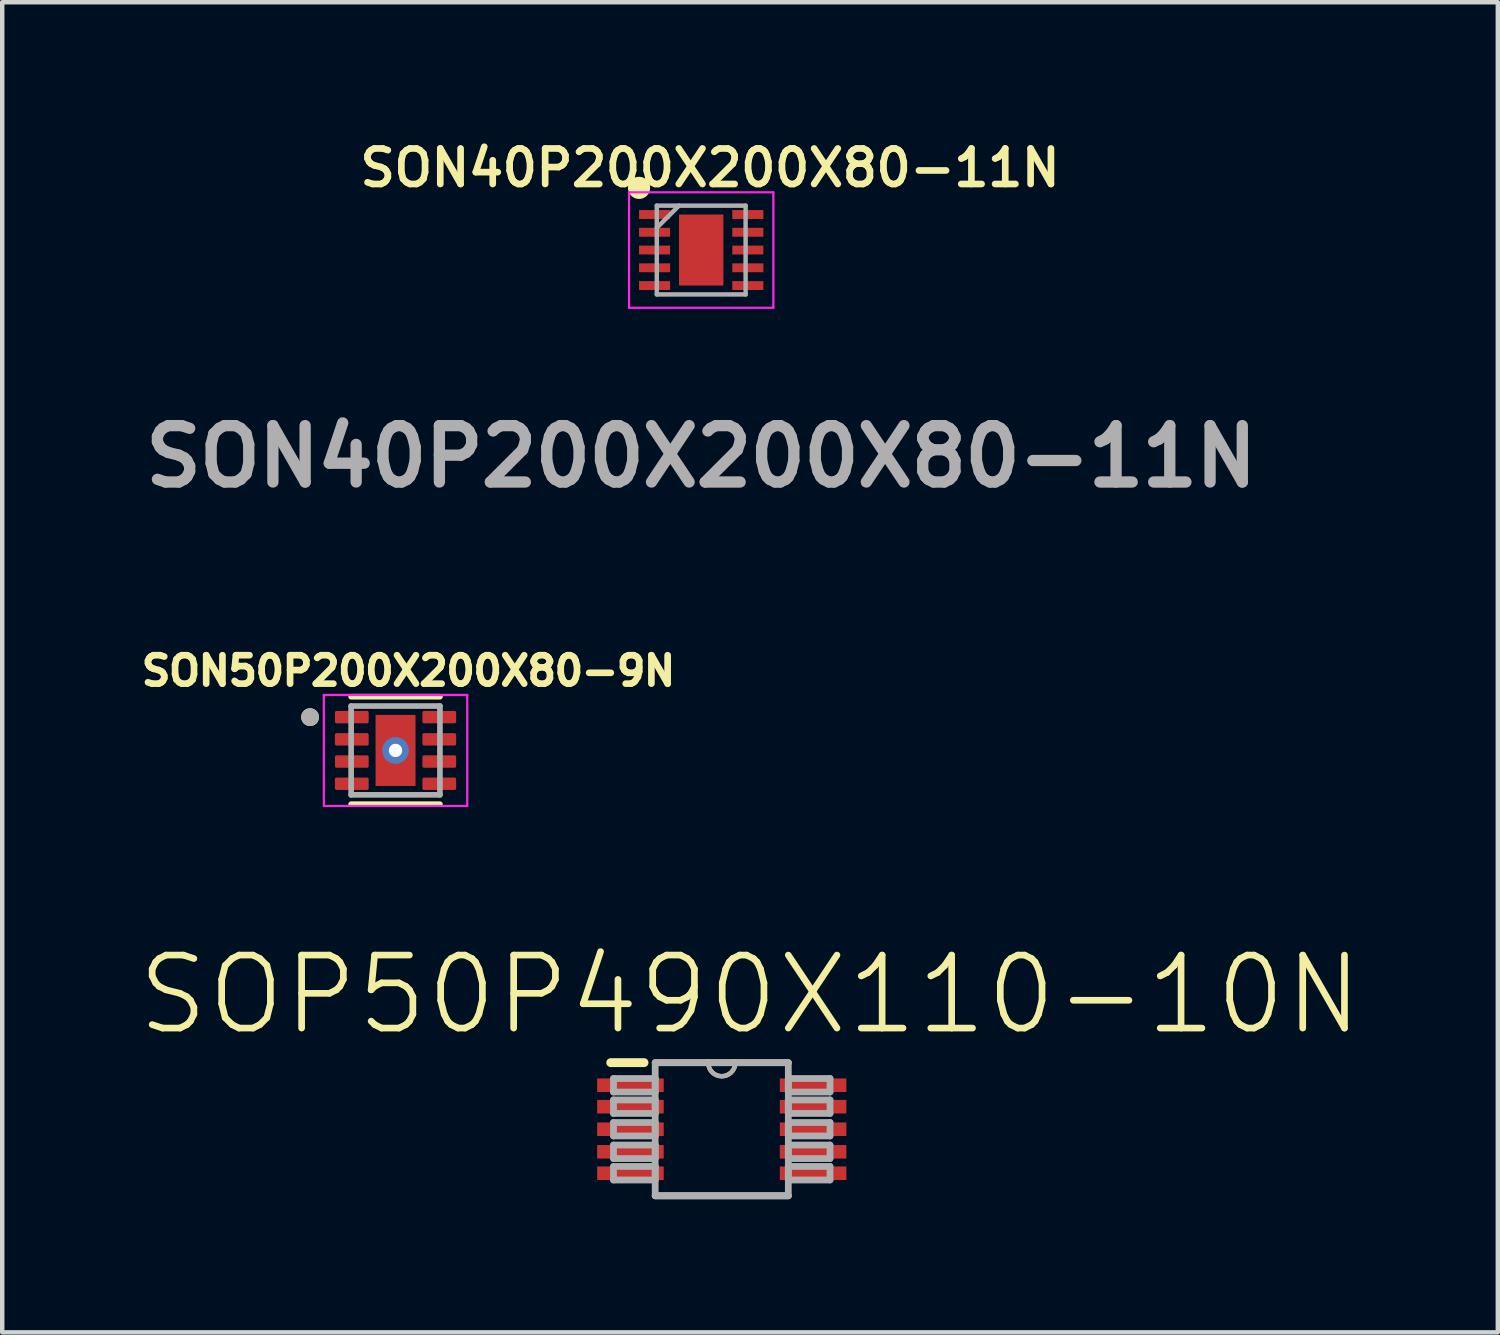
<source format=kicad_pcb>
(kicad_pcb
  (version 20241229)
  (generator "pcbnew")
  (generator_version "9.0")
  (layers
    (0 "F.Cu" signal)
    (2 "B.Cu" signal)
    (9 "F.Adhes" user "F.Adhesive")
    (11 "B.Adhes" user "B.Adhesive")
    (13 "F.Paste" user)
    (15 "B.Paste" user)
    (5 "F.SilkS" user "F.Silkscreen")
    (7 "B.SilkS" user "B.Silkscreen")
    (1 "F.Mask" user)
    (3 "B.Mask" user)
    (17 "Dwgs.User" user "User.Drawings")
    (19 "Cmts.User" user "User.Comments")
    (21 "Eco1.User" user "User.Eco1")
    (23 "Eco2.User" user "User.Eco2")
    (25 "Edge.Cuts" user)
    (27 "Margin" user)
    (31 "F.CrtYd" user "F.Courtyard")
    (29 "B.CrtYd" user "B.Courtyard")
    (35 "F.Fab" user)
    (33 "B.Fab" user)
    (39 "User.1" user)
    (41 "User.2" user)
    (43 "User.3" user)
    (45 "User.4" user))
  (footprint "SON50P200X200X80-9N"
    (layer "F.Cu")
    (at 5.858 13.851)
    (property "Reference" "SON50P200X200X80-9N" (at 0.292 -1.793 0) (layer "F.SilkS") (effects (font (size 0.64 0.64) (thickness 0.15))))
    (attr smd allow_soldermask_bridges)
    (fp_line (start -1 -1.21) (end 1 -1.21) (stroke (width 0.127) (type solid)) (layer "F.SilkS"))
    (fp_line (start -1 1.21) (end 1 1.21) (stroke (width 0.127) (type solid)) (layer "F.SilkS"))
    (fp_circle (center -1.925 -0.75) (end -1.825 -0.75) (stroke (width 0.2) (type solid)) (fill no) (layer "F.SilkS"))
    (fp_poly (pts (xy -0.284 -0.506) (xy 0.284 -0.506) (xy 0.284 0.506) (xy -0.284 0.506)) (stroke (width 0.01) (type solid)) (fill yes) (layer "F.Paste"))
    (fp_line (start -1.615 -1.25) (end -1.615 1.25) (stroke (width 0.05) (type solid)) (layer "F.CrtYd"))
    (fp_line (start -1.615 -1.25) (end 1.615 -1.25) (stroke (width 0.05) (type solid)) (layer "F.CrtYd"))
    (fp_line (start -1.615 1.25) (end 1.615 1.25) (stroke (width 0.05) (type solid)) (layer "F.CrtYd"))
    (fp_line (start 1.615 -1.25) (end 1.615 1.25) (stroke (width 0.05) (type solid)) (layer "F.CrtYd"))
    (fp_line (start -1 -1) (end -1 1) (stroke (width 0.127) (type solid)) (layer "F.Fab"))
    (fp_line (start -1 -1) (end 1 -1) (stroke (width 0.127) (type solid)) (layer "F.Fab"))
    (fp_line (start -1 1) (end 1 1) (stroke (width 0.127) (type solid)) (layer "F.Fab"))
    (fp_line (start 1 -1) (end 1 1) (stroke (width 0.127) (type solid)) (layer "F.Fab"))
    (fp_circle (center -1.925 -0.75) (end -1.825 -0.75) (stroke (width 0.2) (type solid)) (fill no) (layer "F.Fab"))
    (pad "1" smd roundrect (at -0.985 -0.75) (size 0.76 0.28) (layers "F.Cu" "F.Mask" "F.Paste") (roundrect_rratio 0.125))
    (pad "2" smd roundrect (at -0.985 -0.25) (size 0.76 0.28) (layers "F.Cu" "F.Mask" "F.Paste") (roundrect_rratio 0.125))
    (pad "3" smd roundrect (at -0.985 0.25) (size 0.76 0.28) (layers "F.Cu" "F.Mask" "F.Paste") (roundrect_rratio 0.125))
    (pad "4" smd roundrect (at -0.985 0.75) (size 0.76 0.28) (layers "F.Cu" "F.Mask" "F.Paste") (roundrect_rratio 0.125))
    (pad "5" smd roundrect (at 0.985 0.75) (size 0.76 0.28) (layers "F.Cu" "F.Mask" "F.Paste") (roundrect_rratio 0.125))
    (pad "6" smd roundrect (at 0.985 0.25) (size 0.76 0.28) (layers "F.Cu" "F.Mask" "F.Paste") (roundrect_rratio 0.125))
    (pad "7" smd roundrect (at 0.985 -0.25) (size 0.76 0.28) (layers "F.Cu" "F.Mask" "F.Paste") (roundrect_rratio 0.125))
    (pad "8" smd roundrect (at 0.985 -0.75) (size 0.76 0.28) (layers "F.Cu" "F.Mask" "F.Paste") (roundrect_rratio 0.125))
    (pad "9" thru_hole circle (at 0 0) (size 0.6 0.6) (drill 0.3) (layers "*.Cu"))
    (pad "9" smd rect (at 0 0) (size 0.9 1.6) (layers "F.Cu" "F.Mask")))
  (footprint "SOP50P490X110-10N"
    (layer "F.Cu")
    (at 13.205 22.382)
    (property "Reference" "SOP50P490X110-10N" (at 0.637 -3.031 0) (layer "F.SilkS") (effects (font (size 1.644 1.644) (thickness 0.15))))
    (attr smd)
    (fp_line (start -2.5 -1.5) (end -1.75 -1.5) (stroke (width 0.2) (type default)) (layer "F.SilkS"))
    (fp_line (start -1.499 1.499) (end 1.499 1.499) (stroke (width 0.152) (type solid)) (layer "F.SilkS"))
    (fp_line (start -0.305 -1.499) (end -1.499 -1.499) (stroke (width 0.152) (type solid)) (layer "F.SilkS"))
    (fp_line (start 0.305 -1.499) (end -0.305 -1.499) (stroke (width 0.152) (type solid)) (layer "F.SilkS"))
    (fp_line (start 1.499 -1.499) (end 0.305 -1.499) (stroke (width 0.152) (type solid)) (layer "F.SilkS"))
    (fp_arc (start 0.3048 -1.4986) (mid 0 -1.1938) (end -0.3048 -1.4986) (stroke (width 0.1) (type solid)) (layer "F.SilkS"))
    (fp_line (start -2.438 -1.143) (end -2.438 -0.838) (stroke (width 0.152) (type solid)) (layer "F.Fab"))
    (fp_line (start -2.438 -0.838) (end -1.499 -0.838) (stroke (width 0.152) (type solid)) (layer "F.Fab"))
    (fp_line (start -2.438 -0.66) (end -2.438 -0.356) (stroke (width 0.152) (type solid)) (layer "F.Fab"))
    (fp_line (start -2.438 -0.356) (end -1.499 -0.356) (stroke (width 0.152) (type solid)) (layer "F.Fab"))
    (fp_line (start -2.438 -0.152) (end -2.438 0.152) (stroke (width 0.152) (type solid)) (layer "F.Fab"))
    (fp_line (start -2.438 0.152) (end -1.499 0.152) (stroke (width 0.152) (type solid)) (layer "F.Fab"))
    (fp_line (start -2.438 0.356) (end -2.438 0.66) (stroke (width 0.152) (type solid)) (layer "F.Fab"))
    (fp_line (start -2.438 0.66) (end -1.499 0.66) (stroke (width 0.152) (type solid)) (layer "F.Fab"))
    (fp_line (start -2.438 0.838) (end -2.438 1.143) (stroke (width 0.152) (type solid)) (layer "F.Fab"))
    (fp_line (start -2.438 1.143) (end -1.499 1.143) (stroke (width 0.152) (type solid)) (layer "F.Fab"))
    (fp_line (start -1.499 -1.499) (end -1.499 1.499) (stroke (width 0.152) (type solid)) (layer "F.Fab"))
    (fp_line (start -1.499 -1.143) (end -2.438 -1.143) (stroke (width 0.152) (type solid)) (layer "F.Fab"))
    (fp_line (start -1.499 -0.838) (end -1.499 -1.143) (stroke (width 0.152) (type solid)) (layer "F.Fab"))
    (fp_line (start -1.499 -0.66) (end -2.438 -0.66) (stroke (width 0.152) (type solid)) (layer "F.Fab"))
    (fp_line (start -1.499 -0.356) (end -1.499 -0.66) (stroke (width 0.152) (type solid)) (layer "F.Fab"))
    (fp_line (start -1.499 -0.152) (end -2.438 -0.152) (stroke (width 0.152) (type solid)) (layer "F.Fab"))
    (fp_line (start -1.499 0.152) (end -1.499 -0.152) (stroke (width 0.152) (type solid)) (layer "F.Fab"))
    (fp_line (start -1.499 0.356) (end -2.438 0.356) (stroke (width 0.152) (type solid)) (layer "F.Fab"))
    (fp_line (start -1.499 0.66) (end -1.499 0.356) (stroke (width 0.152) (type solid)) (layer "F.Fab"))
    (fp_line (start -1.499 0.838) (end -2.438 0.838) (stroke (width 0.152) (type solid)) (layer "F.Fab"))
    (fp_line (start -1.499 1.143) (end -1.499 0.838) (stroke (width 0.152) (type solid)) (layer "F.Fab"))
    (fp_line (start -1.499 1.499) (end 1.499 1.499) (stroke (width 0.152) (type solid)) (layer "F.Fab"))
    (fp_line (start -0.305 -1.499) (end -1.499 -1.499) (stroke (width 0.152) (type solid)) (layer "F.Fab"))
    (fp_line (start 0.305 -1.499) (end -0.305 -1.499) (stroke (width 0.152) (type solid)) (layer "F.Fab"))
    (fp_line (start 1.499 -1.499) (end 0.305 -1.499) (stroke (width 0.152) (type solid)) (layer "F.Fab"))
    (fp_line (start 1.499 -1.143) (end 1.499 -0.838) (stroke (width 0.152) (type solid)) (layer "F.Fab"))
    (fp_line (start 1.499 -0.838) (end 2.438 -0.838) (stroke (width 0.152) (type solid)) (layer "F.Fab"))
    (fp_line (start 1.499 -0.66) (end 1.499 -0.356) (stroke (width 0.152) (type solid)) (layer "F.Fab"))
    (fp_line (start 1.499 -0.356) (end 2.438 -0.356) (stroke (width 0.152) (type solid)) (layer "F.Fab"))
    (fp_line (start 1.499 -0.152) (end 1.499 0.152) (stroke (width 0.152) (type solid)) (layer "F.Fab"))
    (fp_line (start 1.499 0.152) (end 2.438 0.152) (stroke (width 0.152) (type solid)) (layer "F.Fab"))
    (fp_line (start 1.499 0.356) (end 1.499 0.66) (stroke (width 0.152) (type solid)) (layer "F.Fab"))
    (fp_line (start 1.499 0.66) (end 2.438 0.66) (stroke (width 0.152) (type solid)) (layer "F.Fab"))
    (fp_line (start 1.499 0.838) (end 1.499 1.143) (stroke (width 0.152) (type solid)) (layer "F.Fab"))
    (fp_line (start 1.499 1.143) (end 2.438 1.143) (stroke (width 0.152) (type solid)) (layer "F.Fab"))
    (fp_line (start 1.499 1.499) (end 1.499 -1.499) (stroke (width 0.152) (type solid)) (layer "F.Fab"))
    (fp_line (start 2.438 -1.143) (end 1.499 -1.143) (stroke (width 0.152) (type solid)) (layer "F.Fab"))
    (fp_line (start 2.438 -0.838) (end 2.438 -1.143) (stroke (width 0.152) (type solid)) (layer "F.Fab"))
    (fp_line (start 2.438 -0.66) (end 1.499 -0.66) (stroke (width 0.152) (type solid)) (layer "F.Fab"))
    (fp_line (start 2.438 -0.356) (end 2.438 -0.66) (stroke (width 0.152) (type solid)) (layer "F.Fab"))
    (fp_line (start 2.438 -0.152) (end 1.499 -0.152) (stroke (width 0.152) (type solid)) (layer "F.Fab"))
    (fp_line (start 2.438 0.152) (end 2.438 -0.152) (stroke (width 0.152) (type solid)) (layer "F.Fab"))
    (fp_line (start 2.438 0.356) (end 1.499 0.356) (stroke (width 0.152) (type solid)) (layer "F.Fab"))
    (fp_line (start 2.438 0.66) (end 2.438 0.356) (stroke (width 0.152) (type solid)) (layer "F.Fab"))
    (fp_line (start 2.438 0.838) (end 1.499 0.838) (stroke (width 0.152) (type solid)) (layer "F.Fab"))
    (fp_line (start 2.438 1.143) (end 2.438 0.838) (stroke (width 0.152) (type solid)) (layer "F.Fab"))
    (fp_arc (start 0.3048 -1.4986) (mid 0 -1.1938) (end -0.3048 -1.4986) (stroke (width 0.1) (type solid)) (layer "F.Fab"))
    (pad "1" smd rect (at -2.057 -0.991) (size 1.499 0.305) (layers "F.Cu" "F.Mask" "F.Paste"))
    (pad "2" smd rect (at -2.057 -0.508) (size 1.499 0.305) (layers "F.Cu" "F.Mask" "F.Paste"))
    (pad "3" smd rect (at -2.057 0) (size 1.499 0.305) (layers "F.Cu" "F.Mask" "F.Paste"))
    (pad "4" smd rect (at -2.057 0.508) (size 1.499 0.305) (layers "F.Cu" "F.Mask" "F.Paste"))
    (pad "5" smd rect (at -2.057 0.991) (size 1.499 0.305) (layers "F.Cu" "F.Mask" "F.Paste"))
    (pad "6" smd rect (at 2.057 0.991) (size 1.499 0.305) (layers "F.Cu" "F.Mask" "F.Paste"))
    (pad "7" smd rect (at 2.057 0.508) (size 1.499 0.305) (layers "F.Cu" "F.Mask" "F.Paste"))
    (pad "8" smd rect (at 2.057 0) (size 1.499 0.305) (layers "F.Cu" "F.Mask" "F.Paste"))
    (pad "9" smd rect (at 2.057 -0.508) (size 1.499 0.305) (layers "F.Cu" "F.Mask" "F.Paste"))
    (pad "10" smd rect (at 2.057 -0.991) (size 1.499 0.305) (layers "F.Cu" "F.Mask" "F.Paste")))
  (footprint "SON40P200X200X80-11N"
    (layer "F.Cu")
    (at 12.742 2.581)
    (property "Reference" "SON40P200X200X80-11N" (at 0.2 -1.85 0) (layer "F.SilkS") (effects (font (size 0.8 0.8) (thickness 0.15) (bold yes))))
    (attr smd)
    (fp_circle (center -1.4 -1.4) (end -1.4 -1.275) (stroke (width 0.25) (type solid)) (fill no) (layer "F.SilkS"))
    (fp_line (start -1.625 -1.3) (end 1.625 -1.3) (stroke (width 0.05) (type solid)) (layer "F.CrtYd"))
    (fp_line (start -1.625 1.3) (end -1.625 -1.3) (stroke (width 0.05) (type solid)) (layer "F.CrtYd"))
    (fp_line (start 1.625 -1.3) (end 1.625 1.3) (stroke (width 0.05) (type solid)) (layer "F.CrtYd"))
    (fp_line (start 1.625 1.3) (end -1.625 1.3) (stroke (width 0.05) (type solid)) (layer "F.CrtYd"))
    (fp_line (start -1 -1) (end 1 -1) (stroke (width 0.1) (type solid)) (layer "F.Fab"))
    (fp_line (start -1 -0.5) (end -0.5 -1) (stroke (width 0.1) (type solid)) (layer "F.Fab"))
    (fp_line (start -1 1) (end -1 -1) (stroke (width 0.1) (type solid)) (layer "F.Fab"))
    (fp_line (start 1 -1) (end 1 1) (stroke (width 0.1) (type solid)) (layer "F.Fab"))
    (fp_line (start 1 1) (end -1 1) (stroke (width 0.1) (type solid)) (layer "F.Fab"))
    (fp_text user "${REFERENCE}" (at 0 4.65 0) (layer "F.Fab") (effects (font (size 1.27 1.27) (thickness 0.254))))
    (pad "1" smd rect (at -1.05 -0.8 90) (size 0.2 0.7) (layers "F.Cu" "F.Mask" "F.Paste"))
    (pad "2" smd rect (at -1.05 -0.4 90) (size 0.2 0.7) (layers "F.Cu" "F.Mask" "F.Paste"))
    (pad "3" smd rect (at -1.05 0 90) (size 0.2 0.7) (layers "F.Cu" "F.Mask" "F.Paste"))
    (pad "4" smd rect (at -1.05 0.4 90) (size 0.2 0.7) (layers "F.Cu" "F.Mask" "F.Paste"))
    (pad "5" smd rect (at -1.05 0.8 90) (size 0.2 0.7) (layers "F.Cu" "F.Mask" "F.Paste"))
    (pad "6" smd rect (at 1.05 0.8 90) (size 0.2 0.7) (layers "F.Cu" "F.Mask" "F.Paste"))
    (pad "7" smd rect (at 1.05 0.4 90) (size 0.2 0.7) (layers "F.Cu" "F.Mask" "F.Paste"))
    (pad "8" smd rect (at 1.05 0 90) (size 0.2 0.7) (layers "F.Cu" "F.Mask" "F.Paste"))
    (pad "9" smd rect (at 1.05 -0.4 90) (size 0.2 0.7) (layers "F.Cu" "F.Mask" "F.Paste"))
    (pad "10" smd rect (at 1.05 -0.8 90) (size 0.2 0.7) (layers "F.Cu" "F.Mask" "F.Paste"))
    (pad "11" smd rect (at 0 0) (size 1 1.6) (layers "F.Cu" "F.Mask" "F.Paste")))
  (gr_rect
    (start -3 -3)
    (end 30.683 26.957)
    (stroke (width 0.1) (type default))
    (fill no)
    (layer "Edge.Cuts")))
</source>
